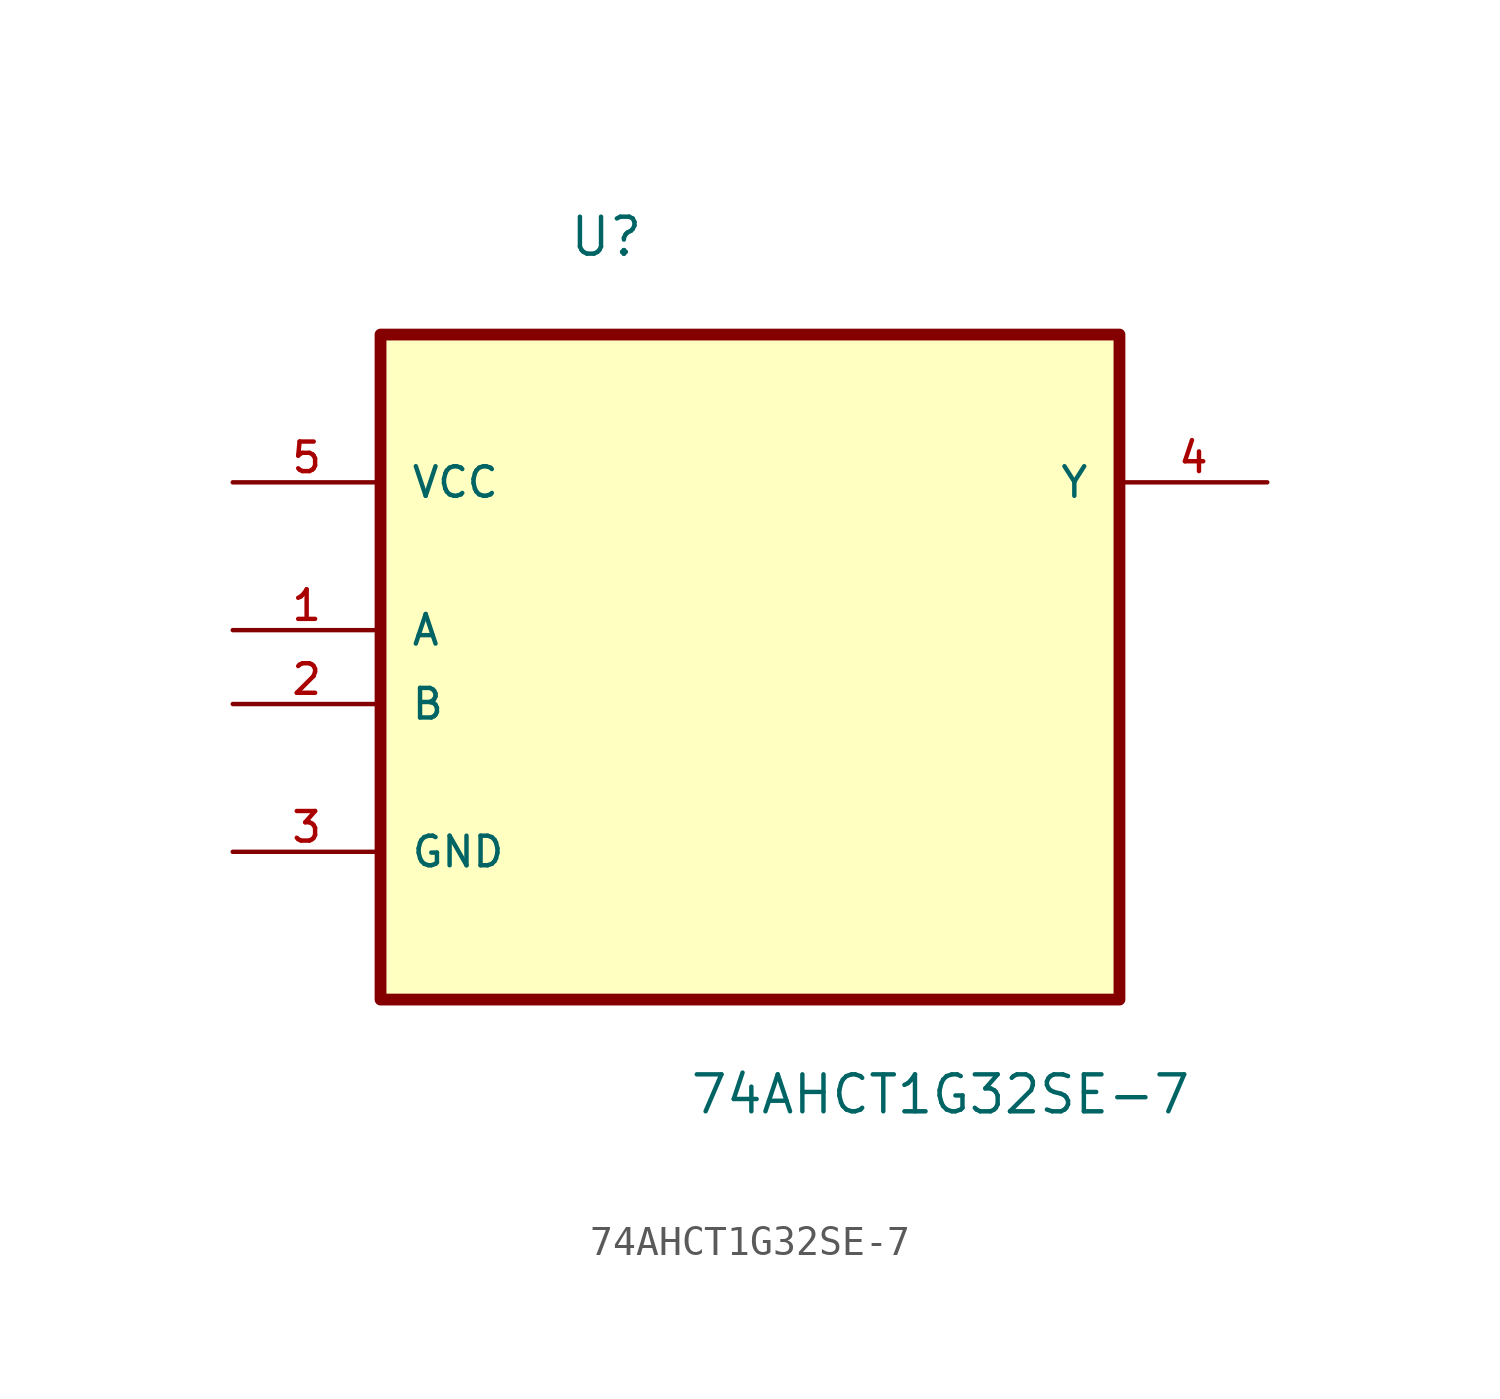
<source format=kicad_sym>
(kicad_symbol_lib
  (version 20211014)
  (generator kicad_symbol_editor)
  (symbol "74AHCT1G32SE-7"
    (pin_names
      (offset 1.016))
    (property "Reference" "U"
      (at -6.249 10.238 0.0)
      (effects (font (size 1.27 1.27)) (justify bottom left)))
    (property "Value" "74AHCT1G32SE-7"
      (at -2.11 -19.243 0.0)
      (effects (font (size 1.27 1.27)) (justify bottom left)))
    (symbol "74AHCT1G32SE-7_0_0"
      (rectangle (start -12.7 -15.24) (end 12.7 7.62) (stroke (width 0.406)) (fill (type background)))
      (pin power_in line (at -17.78 2.54 0) (length 5.08) (name "VCC" (effects (font (size 1.016 1.016)))) (number "5" (effects (font (size 1.016 1.016)))))
      (pin input line (at -17.78 -2.54 0) (length 5.08) (name "A" (effects (font (size 1.016 1.016)))) (number "1" (effects (font (size 1.016 1.016)))))
      (pin input line (at -17.78 -5.08 0) (length 5.08) (name "B" (effects (font (size 1.016 1.016)))) (number "2" (effects (font (size 1.016 1.016)))))
      (pin passive line (at -17.78 -10.16 0) (length 5.08) (name "GND" (effects (font (size 1.016 1.016)))) (number "3" (effects (font (size 1.016 1.016)))))
      (pin output line (at 17.78 2.54 180.0) (length 5.08) (name "Y" (effects (font (size 1.016 1.016)))) (number "4" (effects (font (size 1.016 1.016))))))))
</source>
